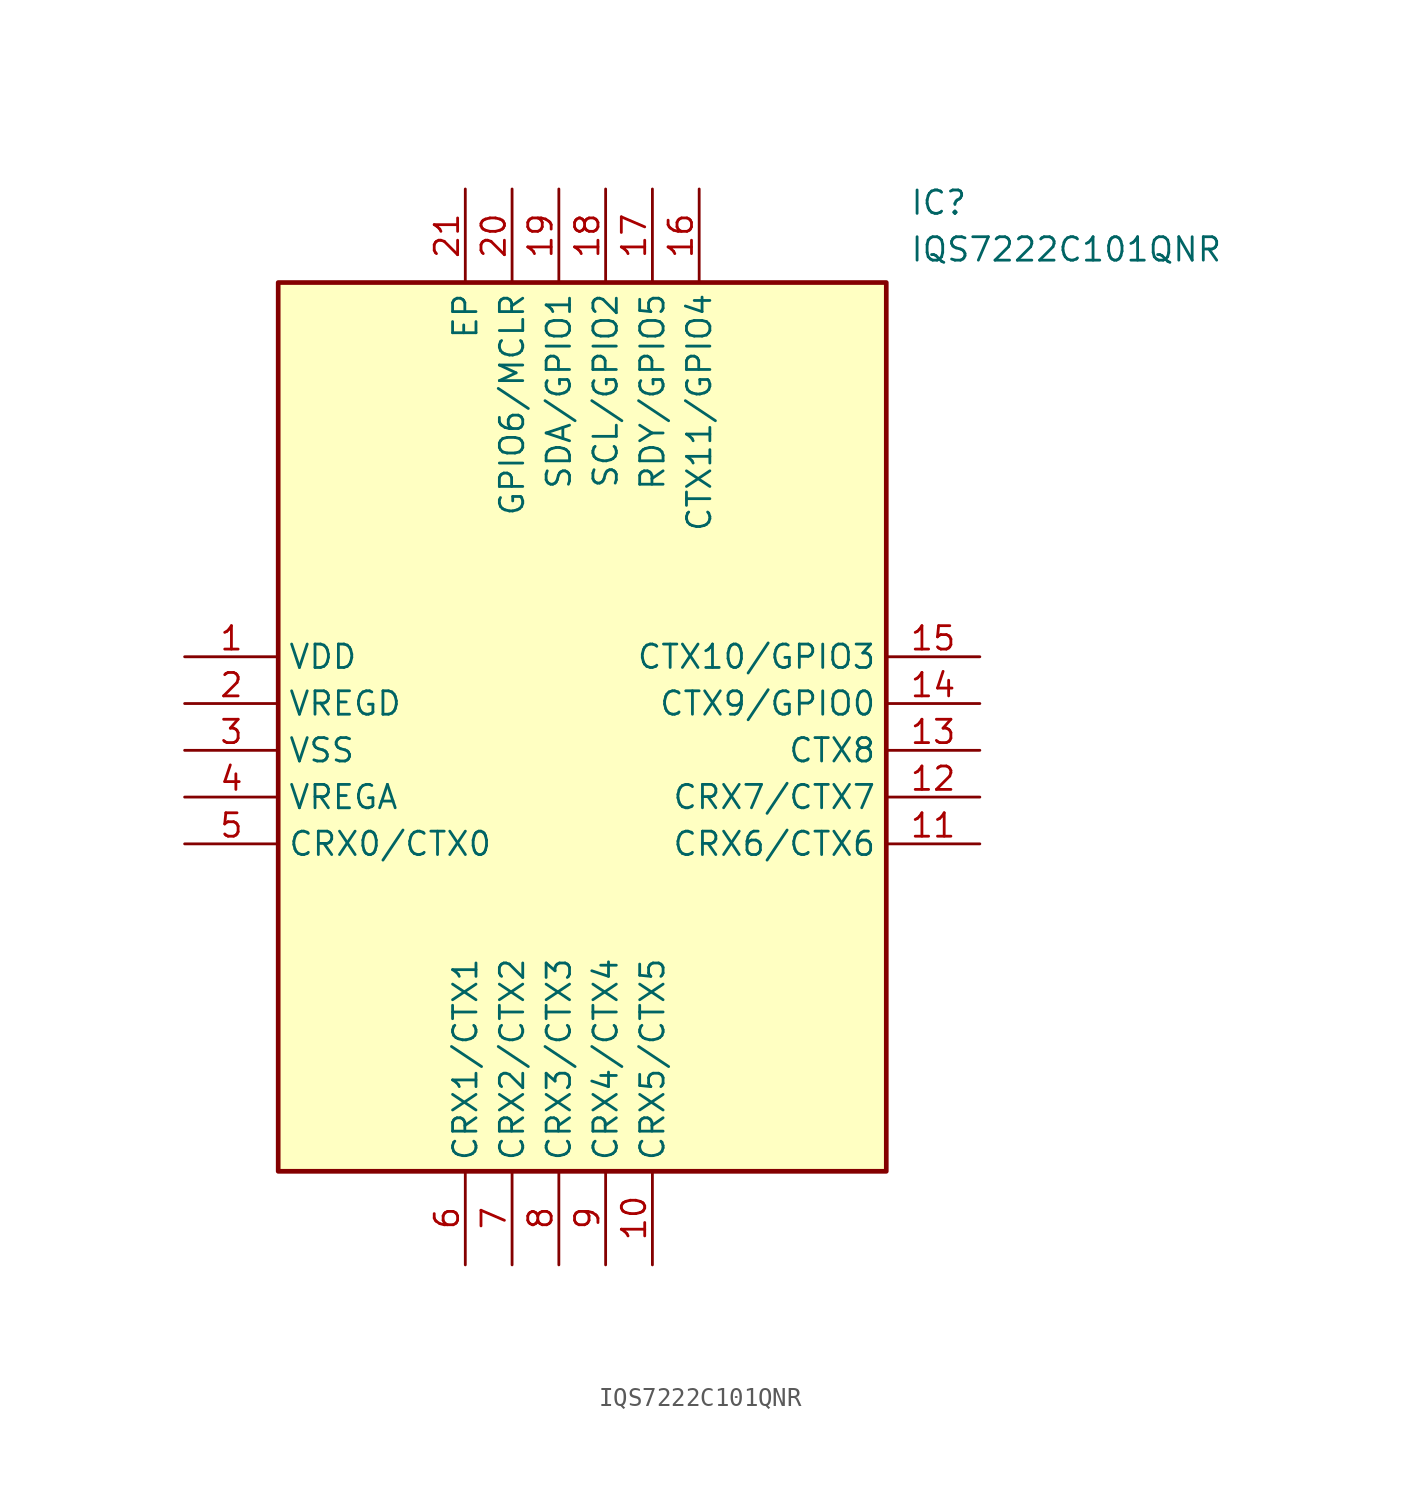
<source format=kicad_sym>
(kicad_symbol_lib
  (version 20220914)
  (generator kicad_symbol_editor)
  (symbol "IQS7222C101QNR"
    (property "Reference" "IC"
      (at 39.37 25.4 0)
      (effects (font (size 1.27 1.27)) (justify left top)))
    (property "Value" "IQS7222C101QNR"
      (at 39.37 22.86 0)
      (effects (font (size 1.27 1.27)) (justify left top)))
    (symbol "IQS7222C101QNR_1_1"
      (rectangle (start 5.08 20.32) (end 38.1 -27.94) (stroke (width 0.254) (type default)) (fill (type background)))
      (pin passive line (at 0 0 0) (length 5.08) (name "VDD" (effects (font (size 1.27 1.27)))) (number "1" (effects (font (size 1.27 1.27)))))
      (pin passive line (at 25.4 -33.02 90) (length 5.08) (name "CRX5/CTX5" (effects (font (size 1.27 1.27)))) (number "10" (effects (font (size 1.27 1.27)))))
      (pin passive line (at 43.18 -10.16 180) (length 5.08) (name "CRX6/CTX6" (effects (font (size 1.27 1.27)))) (number "11" (effects (font (size 1.27 1.27)))))
      (pin passive line (at 43.18 -7.62 180) (length 5.08) (name "CRX7/CTX7" (effects (font (size 1.27 1.27)))) (number "12" (effects (font (size 1.27 1.27)))))
      (pin passive line (at 43.18 -5.08 180) (length 5.08) (name "CTX8" (effects (font (size 1.27 1.27)))) (number "13" (effects (font (size 1.27 1.27)))))
      (pin passive line (at 43.18 -2.54 180) (length 5.08) (name "CTX9/GPIO0" (effects (font (size 1.27 1.27)))) (number "14" (effects (font (size 1.27 1.27)))))
      (pin passive line (at 43.18 0 180) (length 5.08) (name "CTX10/GPIO3" (effects (font (size 1.27 1.27)))) (number "15" (effects (font (size 1.27 1.27)))))
      (pin passive line (at 27.94 25.4 270) (length 5.08) (name "CTX11/GPIO4" (effects (font (size 1.27 1.27)))) (number "16" (effects (font (size 1.27 1.27)))))
      (pin passive line (at 25.4 25.4 270) (length 5.08) (name "RDY/GPIO5" (effects (font (size 1.27 1.27)))) (number "17" (effects (font (size 1.27 1.27)))))
      (pin passive line (at 22.86 25.4 270) (length 5.08) (name "SCL/GPIO2" (effects (font (size 1.27 1.27)))) (number "18" (effects (font (size 1.27 1.27)))))
      (pin passive line (at 20.32 25.4 270) (length 5.08) (name "SDA/GPIO1" (effects (font (size 1.27 1.27)))) (number "19" (effects (font (size 1.27 1.27)))))
      (pin passive line (at 0 -2.54 0) (length 5.08) (name "VREGD" (effects (font (size 1.27 1.27)))) (number "2" (effects (font (size 1.27 1.27)))))
      (pin passive line (at 17.78 25.4 270) (length 5.08) (name "GPIO6/MCLR" (effects (font (size 1.27 1.27)))) (number "20" (effects (font (size 1.27 1.27)))))
      (pin passive line (at 15.24 25.4 270) (length 5.08) (name "EP" (effects (font (size 1.27 1.27)))) (number "21" (effects (font (size 1.27 1.27)))))
      (pin passive line (at 0 -5.08 0) (length 5.08) (name "VSS" (effects (font (size 1.27 1.27)))) (number "3" (effects (font (size 1.27 1.27)))))
      (pin passive line (at 0 -7.62 0) (length 5.08) (name "VREGA" (effects (font (size 1.27 1.27)))) (number "4" (effects (font (size 1.27 1.27)))))
      (pin passive line (at 0 -10.16 0) (length 5.08) (name "CRX0/CTX0" (effects (font (size 1.27 1.27)))) (number "5" (effects (font (size 1.27 1.27)))))
      (pin passive line (at 15.24 -33.02 90) (length 5.08) (name "CRX1/CTX1" (effects (font (size 1.27 1.27)))) (number "6" (effects (font (size 1.27 1.27)))))
      (pin passive line (at 17.78 -33.02 90) (length 5.08) (name "CRX2/CTX2" (effects (font (size 1.27 1.27)))) (number "7" (effects (font (size 1.27 1.27)))))
      (pin passive line (at 20.32 -33.02 90) (length 5.08) (name "CRX3/CTX3" (effects (font (size 1.27 1.27)))) (number "8" (effects (font (size 1.27 1.27)))))
      (pin passive line (at 22.86 -33.02 90) (length 5.08) (name "CRX4/CTX4" (effects (font (size 1.27 1.27)))) (number "9" (effects (font (size 1.27 1.27))))))))
</source>
